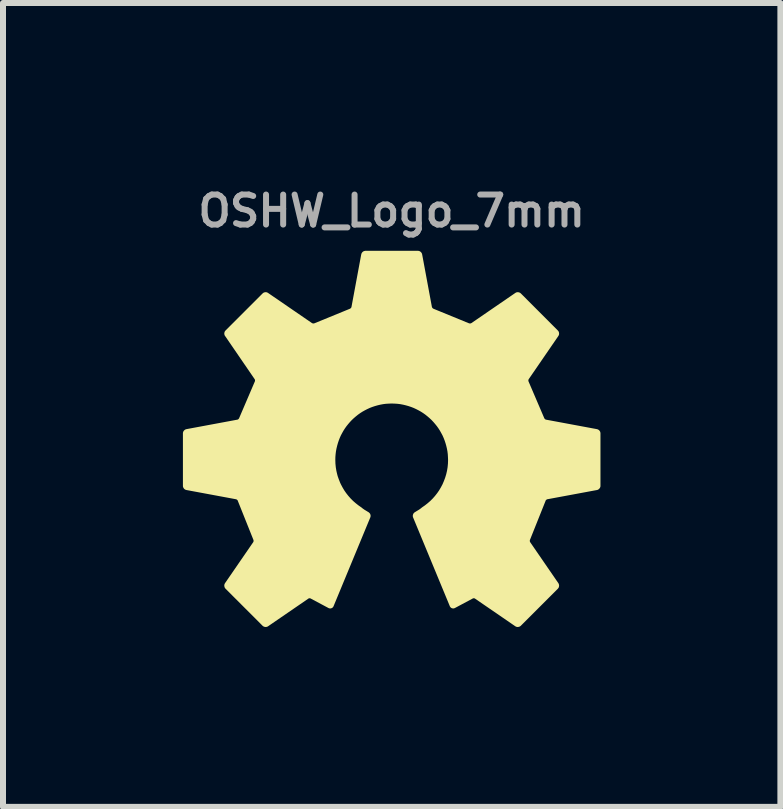
<source format=kicad_pcb>
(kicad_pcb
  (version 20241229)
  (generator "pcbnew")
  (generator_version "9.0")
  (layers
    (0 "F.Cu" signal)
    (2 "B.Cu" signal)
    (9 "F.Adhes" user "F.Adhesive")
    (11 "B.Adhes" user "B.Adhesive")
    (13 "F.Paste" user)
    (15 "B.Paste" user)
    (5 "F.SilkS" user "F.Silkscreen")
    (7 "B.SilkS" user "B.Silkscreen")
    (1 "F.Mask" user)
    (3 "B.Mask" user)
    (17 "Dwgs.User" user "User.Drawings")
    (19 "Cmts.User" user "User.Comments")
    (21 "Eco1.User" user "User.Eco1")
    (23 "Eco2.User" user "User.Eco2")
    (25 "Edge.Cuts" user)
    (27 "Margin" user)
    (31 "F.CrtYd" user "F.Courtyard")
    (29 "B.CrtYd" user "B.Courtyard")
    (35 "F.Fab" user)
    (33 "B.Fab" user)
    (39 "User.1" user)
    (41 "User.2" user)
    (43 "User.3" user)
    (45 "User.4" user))
  (footprint "OSHW_Logo_7mm"
    (layer "F.Cu")
    (at 3.481 4.568)
    (property "Reference" "OSHW_Logo_7mm" (at 0 -4.1 0) (layer "F.Fab") (effects (font (size 0.5 0.5) (thickness 0.1))))
    (fp_poly (pts (xy 0.439 -3.41) (xy 0.441 -3.41) (xy 0.443 -3.41) (xy 0.445 -3.409) (xy 0.446 -3.409) (xy 0.448 -3.408) (xy 0.45 -3.408) (xy 0.452 -3.407) (xy 0.454 -3.406) (xy 0.456 -3.406) (xy 0.458 -3.405) (xy 0.459 -3.404) (xy 0.461 -3.403) (xy 0.463 -3.402) (xy 0.464 -3.4) (xy 0.466 -3.399) (xy 0.467 -3.398) (xy 0.469 -3.396) (xy 0.47 -3.395) (xy 0.472 -3.394) (xy 0.473 -3.392) (xy 0.474 -3.39) (xy 0.475 -3.389) (xy 0.476 -3.387) (xy 0.477 -3.385) (xy 0.478 -3.384) (xy 0.479 -3.382) (xy 0.48 -3.38) (xy 0.48 -3.378) (xy 0.481 -3.376) (xy 0.482 -3.374) (xy 0.482 -3.373) (xy 0.645 -2.495) (xy 0.646 -2.493) (xy 0.646 -2.491) (xy 0.648 -2.487) (xy 0.649 -2.483) (xy 0.651 -2.479) (xy 0.653 -2.476) (xy 0.656 -2.472) (xy 0.658 -2.468) (xy 0.661 -2.465) (xy 0.664 -2.462) (xy 0.667 -2.458) (xy 0.671 -2.456) (xy 0.674 -2.453) (xy 0.678 -2.451) (xy 0.681 -2.448) (xy 0.683 -2.448) (xy 0.685 -2.447) (xy 0.687 -2.446) (xy 0.689 -2.445) (xy 1.277 -2.204) (xy 1.281 -2.203) (xy 1.284 -2.202) (xy 1.289 -2.2) (xy 1.293 -2.2) (xy 1.297 -2.199) (xy 1.301 -2.199) (xy 1.306 -2.199) (xy 1.31 -2.199) (xy 1.315 -2.199) (xy 1.319 -2.2) (xy 1.324 -2.201) (xy 1.328 -2.202) (xy 1.332 -2.204) (xy 1.336 -2.205) (xy 1.339 -2.207) (xy 1.343 -2.209) (xy 2.076 -2.712) (xy 2.078 -2.713) (xy 2.079 -2.714) (xy 2.081 -2.715) (xy 2.083 -2.716) (xy 2.085 -2.717) (xy 2.087 -2.718) (xy 2.089 -2.718) (xy 2.09 -2.719) (xy 2.092 -2.719) (xy 2.094 -2.719) (xy 2.098 -2.72) (xy 2.102 -2.72) (xy 2.106 -2.72) (xy 2.11 -2.719) (xy 2.114 -2.718) (xy 2.118 -2.717) (xy 2.12 -2.717) (xy 2.122 -2.716) (xy 2.123 -2.715) (xy 2.125 -2.714) (xy 2.127 -2.713) (xy 2.129 -2.712) (xy 2.13 -2.711) (xy 2.132 -2.71) (xy 2.133 -2.708) (xy 2.135 -2.707) (xy 2.752 -2.089) (xy 2.753 -2.088) (xy 2.755 -2.087) (xy 2.756 -2.085) (xy 2.757 -2.083) (xy 2.758 -2.082) (xy 2.759 -2.08) (xy 2.761 -2.076) (xy 2.762 -2.073) (xy 2.764 -2.069) (xy 2.764 -2.065) (xy 2.765 -2.061) (xy 2.765 -2.057) (xy 2.765 -2.053) (xy 2.765 -2.049) (xy 2.764 -2.045) (xy 2.763 -2.041) (xy 2.762 -2.04) (xy 2.761 -2.038) (xy 2.76 -2.036) (xy 2.76 -2.034) (xy 2.759 -2.032) (xy 2.758 -2.031) (xy 2.263 -1.31) (xy 2.261 -1.307) (xy 2.259 -1.303) (xy 2.258 -1.299) (xy 2.256 -1.295) (xy 2.255 -1.291) (xy 2.254 -1.287) (xy 2.253 -1.282) (xy 2.253 -1.278) (xy 2.253 -1.274) (xy 2.253 -1.269) (xy 2.253 -1.265) (xy 2.254 -1.26) (xy 2.255 -1.256) (xy 2.256 -1.252) (xy 2.257 -1.248) (xy 2.259 -1.245) (xy 2.519 -0.638) (xy 2.521 -0.634) (xy 2.522 -0.63) (xy 2.525 -0.627) (xy 2.527 -0.623) (xy 2.53 -0.62) (xy 2.533 -0.616) (xy 2.536 -0.613) (xy 2.539 -0.61) (xy 2.543 -0.607) (xy 2.546 -0.605) (xy 2.55 -0.602) (xy 2.554 -0.6) (xy 2.558 -0.598) (xy 2.562 -0.597) (xy 2.565 -0.596) (xy 2.569 -0.595) (xy 3.418 -0.437) (xy 3.418 -0.437) (xy 3.42 -0.436) (xy 3.422 -0.436) (xy 3.424 -0.435) (xy 3.425 -0.435) (xy 3.427 -0.434) (xy 3.429 -0.433) (xy 3.431 -0.432) (xy 3.432 -0.431) (xy 3.436 -0.429) (xy 3.439 -0.426) (xy 3.442 -0.424) (xy 3.444 -0.421) (xy 3.447 -0.417) (xy 3.449 -0.414) (xy 3.451 -0.411) (xy 3.452 -0.409) (xy 3.452 -0.407) (xy 3.453 -0.405) (xy 3.454 -0.403) (xy 3.454 -0.401) (xy 3.455 -0.399) (xy 3.455 -0.397) (xy 3.455 -0.395) (xy 3.455 -0.393) (xy 3.455 -0.392) (xy 3.455 0.482) (xy 3.455 0.484) (xy 3.455 0.486) (xy 3.455 0.488) (xy 3.455 0.49) (xy 3.454 0.492) (xy 3.454 0.493) (xy 3.453 0.495) (xy 3.452 0.497) (xy 3.452 0.499) (xy 3.451 0.501) (xy 3.45 0.503) (xy 3.449 0.504) (xy 3.448 0.506) (xy 3.447 0.508) (xy 3.445 0.509) (xy 3.444 0.511) (xy 3.443 0.512) (xy 3.442 0.514) (xy 3.44 0.515) (xy 3.439 0.517) (xy 3.437 0.518) (xy 3.436 0.519) (xy 3.434 0.52) (xy 3.432 0.521) (xy 3.431 0.522) (xy 3.429 0.523) (xy 3.427 0.524) (xy 3.425 0.525) (xy 3.423 0.526) (xy 3.421 0.526) (xy 3.42 0.527) (xy 3.418 0.527) (xy 2.59 0.681) (xy 2.588 0.682) (xy 2.586 0.682) (xy 2.584 0.683) (xy 2.582 0.683) (xy 2.578 0.685) (xy 2.574 0.687) (xy 2.571 0.689) (xy 2.567 0.691) (xy 2.563 0.694) (xy 2.56 0.697) (xy 2.557 0.7) (xy 2.554 0.703) (xy 2.551 0.706) (xy 2.548 0.71) (xy 2.546 0.713) (xy 2.544 0.717) (xy 2.542 0.721) (xy 2.542 0.723) (xy 2.541 0.725) (xy 2.283 1.37) (xy 2.281 1.374) (xy 2.28 1.378) (xy 2.279 1.382) (xy 2.278 1.386) (xy 2.277 1.39) (xy 2.277 1.395) (xy 2.277 1.399) (xy 2.277 1.404) (xy 2.277 1.408) (xy 2.278 1.413) (xy 2.279 1.417) (xy 2.28 1.421) (xy 2.282 1.425) (xy 2.283 1.429) (xy 2.285 1.433) (xy 2.287 1.436) (xy 2.758 2.121) (xy 2.759 2.123) (xy 2.76 2.124) (xy 2.761 2.126) (xy 2.761 2.128) (xy 2.762 2.13) (xy 2.763 2.132) (xy 2.763 2.134) (xy 2.764 2.135) (xy 2.764 2.137) (xy 2.765 2.139) (xy 2.765 2.143) (xy 2.765 2.147) (xy 2.765 2.151) (xy 2.764 2.155) (xy 2.764 2.159) (xy 2.762 2.163) (xy 2.762 2.165) (xy 2.761 2.167) (xy 2.76 2.169) (xy 2.759 2.17) (xy 2.758 2.172) (xy 2.757 2.174) (xy 2.756 2.175) (xy 2.755 2.177) (xy 2.753 2.178) (xy 2.752 2.18) (xy 2.135 2.797) (xy 2.133 2.799) (xy 2.132 2.8) (xy 2.13 2.801) (xy 2.128 2.802) (xy 2.127 2.803) (xy 2.125 2.804) (xy 2.122 2.806) (xy 2.118 2.807) (xy 2.114 2.809) (xy 2.11 2.809) (xy 2.106 2.81) (xy 2.102 2.81) (xy 2.098 2.81) (xy 2.094 2.81) (xy 2.09 2.809) (xy 2.087 2.808) (xy 2.085 2.807) (xy 2.083 2.806) (xy 2.081 2.806) (xy 2.079 2.805) (xy 2.078 2.804) (xy 2.076 2.803) (xy 1.403 2.341) (xy 1.4 2.339) (xy 1.396 2.337) (xy 1.392 2.335) (xy 1.388 2.334) (xy 1.384 2.333) (xy 1.38 2.332) (xy 1.375 2.332) (xy 1.371 2.331) (xy 1.367 2.331) (xy 1.362 2.331) (xy 1.358 2.332) (xy 1.354 2.333) (xy 1.35 2.334) (xy 1.346 2.335) (xy 1.342 2.337) (xy 1.338 2.339) (xy 1.042 2.497) (xy 1.04 2.498) (xy 1.038 2.499) (xy 1.036 2.499) (xy 1.034 2.5) (xy 1.033 2.5) (xy 1.031 2.501) (xy 1.029 2.501) (xy 1.027 2.501) (xy 1.025 2.501) (xy 1.024 2.501) (xy 1.022 2.501) (xy 1.02 2.501) (xy 1.018 2.5) (xy 1.017 2.5) (xy 1.015 2.499) (xy 1.013 2.499) (xy 1.012 2.498) (xy 1.01 2.498) (xy 1.008 2.497) (xy 1.007 2.496) (xy 1.005 2.495) (xy 1.004 2.494) (xy 1.003 2.493) (xy 1.001 2.491) (xy 1 2.49) (xy 0.999 2.489) (xy 0.998 2.487) (xy 0.996 2.486) (xy 0.995 2.484) (xy 0.995 2.483) (xy 0.994 2.481) (xy 0.993 2.479) (xy 0.381 1) (xy 0.38 0.999) (xy 0.38 0.997) (xy 0.379 0.995) (xy 0.379 0.993) (xy 0.378 0.991) (xy 0.378 0.989) (xy 0.378 0.987) (xy 0.378 0.985) (xy 0.378 0.983) (xy 0.378 0.981) (xy 0.378 0.979) (xy 0.378 0.977) (xy 0.379 0.975) (xy 0.379 0.973) (xy 0.38 0.971) (xy 0.38 0.97) (xy 0.381 0.968) (xy 0.382 0.966) (xy 0.382 0.964) (xy 0.383 0.962) (xy 0.384 0.961) (xy 0.385 0.959) (xy 0.386 0.957) (xy 0.387 0.956) (xy 0.389 0.954) (xy 0.39 0.953) (xy 0.391 0.951) (xy 0.393 0.95) (xy 0.394 0.949) (xy 0.396 0.947) (xy 0.397 0.946) (xy 0.399 0.945) (xy 0.473 0.9) (xy 0.479 0.896) (xy 0.484 0.892) (xy 0.49 0.888) (xy 0.496 0.883) (xy 0.502 0.879) (xy 0.509 0.874) (xy 0.514 0.869) (xy 0.52 0.864) (xy 0.569 0.83) (xy 0.616 0.793) (xy 0.661 0.754) (xy 0.703 0.712) (xy 0.742 0.668) (xy 0.779 0.621) (xy 0.813 0.572) (xy 0.843 0.521) (xy 0.871 0.468) (xy 0.895 0.412) (xy 0.916 0.356) (xy 0.934 0.297) (xy 0.948 0.237) (xy 0.958 0.176) (xy 0.964 0.114) (xy 0.966 0.05) (xy 0.964 0.000402) (xy 0.961 -0.049) (xy 0.955 -0.097) (xy 0.946 -0.145) (xy 0.935 -0.191) (xy 0.922 -0.237) (xy 0.907 -0.282) (xy 0.89 -0.326) (xy 0.871 -0.369) (xy 0.849 -0.41) (xy 0.826 -0.451) (xy 0.801 -0.49) (xy 0.774 -0.528) (xy 0.745 -0.564) (xy 0.715 -0.599) (xy 0.683 -0.633) (xy 0.649 -0.665) (xy 0.614 -0.695) (xy 0.578 -0.724) (xy 0.54 -0.751) (xy 0.501 -0.776) (xy 0.46 -0.799) (xy 0.419 -0.82) (xy 0.376 -0.84) (xy 0.332 -0.857) (xy 0.287 -0.872) (xy 0.241 -0.885) (xy 0.195 -0.896) (xy 0.147 -0.905) (xy 0.099 -0.911) (xy 0.05 -0.914) (xy 0.000001 -0.916) (xy -0.05 -0.914) (xy -0.099 -0.911) (xy -0.147 -0.905) (xy -0.195 -0.896) (xy -0.241 -0.885) (xy -0.287 -0.872) (xy -0.332 -0.857) (xy -0.376 -0.84) (xy -0.419 -0.82) (xy -0.46 -0.799) (xy -0.501 -0.776) (xy -0.54 -0.751) (xy -0.578 -0.724) (xy -0.614 -0.695) (xy -0.649 -0.665) (xy -0.683 -0.633) (xy -0.715 -0.599) (xy -0.745 -0.564) (xy -0.774 -0.528) (xy -0.801 -0.49) (xy -0.826 -0.451) (xy -0.849 -0.41) (xy -0.871 -0.369) (xy -0.89 -0.326) (xy -0.907 -0.282) (xy -0.922 -0.237) (xy -0.935 -0.191) (xy -0.946 -0.145) (xy -0.955 -0.097) (xy -0.961 -0.049) (xy -0.965 0.000402) (xy -0.966 0.05) (xy -0.965 0.082) (xy -0.964 0.114) (xy -0.961 0.145) (xy -0.958 0.176) (xy -0.953 0.207) (xy -0.948 0.237) (xy -0.941 0.268) (xy -0.934 0.297) (xy -0.926 0.327) (xy -0.916 0.356) (xy -0.906 0.384) (xy -0.895 0.412) (xy -0.884 0.44) (xy -0.871 0.468) (xy -0.843 0.521) (xy -0.813 0.572) (xy -0.779 0.621) (xy -0.742 0.668) (xy -0.703 0.712) (xy -0.661 0.754) (xy -0.616 0.793) (xy -0.569 0.83) (xy -0.52 0.864) (xy -0.514 0.869) (xy -0.509 0.874) (xy -0.502 0.879) (xy -0.496 0.883) (xy -0.49 0.888) (xy -0.484 0.892) (xy -0.478 0.896) (xy -0.473 0.9) (xy -0.399 0.945) (xy -0.397 0.946) (xy -0.396 0.947) (xy -0.394 0.949) (xy -0.393 0.95) (xy -0.391 0.951) (xy -0.39 0.953) (xy -0.387 0.956) (xy -0.385 0.959) (xy -0.383 0.962) (xy -0.381 0.966) (xy -0.38 0.97) (xy -0.379 0.973) (xy -0.378 0.977) (xy -0.378 0.981) (xy -0.378 0.985) (xy -0.378 0.989) (xy -0.378 0.991) (xy -0.379 0.993) (xy -0.379 0.995) (xy -0.38 0.997) (xy -0.38 0.999) (xy -0.381 1) (xy -0.993 2.479) (xy -0.994 2.481) (xy -0.995 2.483) (xy -0.995 2.484) (xy -0.996 2.486) (xy -0.998 2.487) (xy -0.999 2.489) (xy -1 2.49) (xy -1.001 2.491) (xy -1.003 2.493) (xy -1.004 2.494) (xy -1.005 2.495) (xy -1.007 2.496) (xy -1.008 2.497) (xy -1.01 2.497) (xy -1.012 2.498) (xy -1.013 2.499) (xy -1.015 2.499) (xy -1.017 2.5) (xy -1.018 2.5) (xy -1.02 2.501) (xy -1.022 2.501) (xy -1.024 2.501) (xy -1.025 2.501) (xy -1.027 2.501) (xy -1.029 2.501) (xy -1.031 2.501) (xy -1.033 2.5) (xy -1.034 2.5) (xy -1.036 2.499) (xy -1.038 2.499) (xy -1.04 2.498) (xy -1.042 2.497) (xy -1.338 2.339) (xy -1.342 2.337) (xy -1.346 2.335) (xy -1.35 2.334) (xy -1.354 2.333) (xy -1.358 2.332) (xy -1.362 2.331) (xy -1.367 2.331) (xy -1.371 2.331) (xy -1.375 2.331) (xy -1.38 2.332) (xy -1.384 2.333) (xy -1.388 2.334) (xy -1.392 2.335) (xy -1.396 2.337) (xy -1.4 2.339) (xy -1.403 2.341) (xy -2.076 2.803) (xy -2.078 2.804) (xy -2.079 2.805) (xy -2.081 2.806) (xy -2.083 2.806) (xy -2.085 2.807) (xy -2.086 2.808) (xy -2.088 2.808) (xy -2.09 2.809) (xy -2.092 2.809) (xy -2.094 2.81) (xy -2.098 2.81) (xy -2.102 2.81) (xy -2.106 2.81) (xy -2.11 2.809) (xy -2.114 2.809) (xy -2.118 2.807) (xy -2.12 2.807) (xy -2.122 2.806) (xy -2.123 2.805) (xy -2.125 2.804) (xy -2.127 2.803) (xy -2.128 2.802) (xy -2.13 2.801) (xy -2.132 2.8) (xy -2.133 2.799) (xy -2.135 2.797) (xy -2.752 2.18) (xy -2.753 2.178) (xy -2.755 2.177) (xy -2.756 2.175) (xy -2.757 2.174) (xy -2.758 2.172) (xy -2.759 2.17) (xy -2.761 2.167) (xy -2.762 2.163) (xy -2.763 2.159) (xy -2.764 2.155) (xy -2.765 2.151) (xy -2.765 2.147) (xy -2.765 2.143) (xy -2.765 2.139) (xy -2.764 2.135) (xy -2.763 2.132) (xy -2.762 2.13) (xy -2.761 2.128) (xy -2.761 2.126) (xy -2.76 2.124) (xy -2.759 2.123) (xy -2.758 2.121) (xy -2.287 1.436) (xy -2.285 1.433) (xy -2.283 1.429) (xy -2.282 1.425) (xy -2.28 1.421) (xy -2.279 1.417) (xy -2.278 1.412) (xy -2.277 1.408) (xy -2.277 1.404) (xy -2.277 1.399) (xy -2.277 1.395) (xy -2.277 1.39) (xy -2.278 1.386) (xy -2.279 1.382) (xy -2.28 1.378) (xy -2.281 1.374) (xy -2.283 1.37) (xy -2.541 0.725) (xy -2.542 0.723) (xy -2.542 0.721) (xy -2.544 0.717) (xy -2.546 0.713) (xy -2.548 0.71) (xy -2.551 0.706) (xy -2.554 0.703) (xy -2.557 0.7) (xy -2.56 0.697) (xy -2.563 0.694) (xy -2.567 0.691) (xy -2.571 0.689) (xy -2.575 0.687) (xy -2.578 0.685) (xy -2.582 0.683) (xy -2.586 0.682) (xy -2.588 0.681) (xy -2.59 0.681) (xy -3.418 0.527) (xy -3.42 0.527) (xy -3.422 0.526) (xy -3.423 0.526) (xy -3.425 0.525) (xy -3.427 0.524) (xy -3.429 0.523) (xy -3.431 0.522) (xy -3.432 0.521) (xy -3.434 0.52) (xy -3.436 0.519) (xy -3.439 0.517) (xy -3.442 0.514) (xy -3.444 0.511) (xy -3.447 0.508) (xy -3.449 0.504) (xy -3.451 0.501) (xy -3.452 0.497) (xy -3.453 0.495) (xy -3.454 0.493) (xy -3.454 0.491) (xy -3.455 0.49) (xy -3.455 0.488) (xy -3.455 0.486) (xy -3.455 0.484) (xy -3.455 0.482) (xy -3.455 -0.392) (xy -3.455 -0.394) (xy -3.455 -0.396) (xy -3.455 -0.397) (xy -3.455 -0.399) (xy -3.454 -0.401) (xy -3.454 -0.403) (xy -3.453 -0.405) (xy -3.452 -0.407) (xy -3.452 -0.409) (xy -3.451 -0.411) (xy -3.45 -0.412) (xy -3.449 -0.414) (xy -3.448 -0.416) (xy -3.447 -0.417) (xy -3.446 -0.419) (xy -3.444 -0.421) (xy -3.443 -0.422) (xy -3.442 -0.424) (xy -3.44 -0.425) (xy -3.439 -0.426) (xy -3.437 -0.428) (xy -3.436 -0.429) (xy -3.434 -0.43) (xy -3.432 -0.431) (xy -3.431 -0.432) (xy -3.429 -0.433) (xy -3.427 -0.434) (xy -3.425 -0.435) (xy -3.423 -0.435) (xy -3.422 -0.436) (xy -3.42 -0.436) (xy -3.418 -0.437) (xy -2.569 -0.595) (xy -2.567 -0.595) (xy -2.565 -0.596) (xy -2.561 -0.597) (xy -2.558 -0.598) (xy -2.554 -0.6) (xy -2.55 -0.602) (xy -2.546 -0.605) (xy -2.542 -0.607) (xy -2.539 -0.61) (xy -2.536 -0.613) (xy -2.533 -0.616) (xy -2.53 -0.62) (xy -2.527 -0.623) (xy -2.524 -0.627) (xy -2.522 -0.63) (xy -2.521 -0.634) (xy -2.52 -0.636) (xy -2.519 -0.638) (xy -2.259 -1.245) (xy -2.257 -1.248) (xy -2.256 -1.252) (xy -2.255 -1.256) (xy -2.254 -1.26) (xy -2.253 -1.265) (xy -2.253 -1.269) (xy -2.253 -1.274) (xy -2.253 -1.278) (xy -2.253 -1.282) (xy -2.254 -1.287) (xy -2.255 -1.291) (xy -2.256 -1.295) (xy -2.257 -1.299) (xy -2.259 -1.303) (xy -2.261 -1.307) (xy -2.263 -1.31) (xy -2.757 -2.031) (xy -2.759 -2.032) (xy -2.76 -2.034) (xy -2.76 -2.036) (xy -2.761 -2.038) (xy -2.762 -2.04) (xy -2.763 -2.041) (xy -2.763 -2.043) (xy -2.764 -2.045) (xy -2.764 -2.047) (xy -2.764 -2.049) (xy -2.765 -2.053) (xy -2.765 -2.057) (xy -2.765 -2.061) (xy -2.764 -2.065) (xy -2.763 -2.069) (xy -2.762 -2.073) (xy -2.762 -2.075) (xy -2.761 -2.076) (xy -2.76 -2.078) (xy -2.759 -2.08) (xy -2.758 -2.082) (xy -2.757 -2.083) (xy -2.756 -2.085) (xy -2.755 -2.087) (xy -2.753 -2.088) (xy -2.752 -2.089) (xy -2.134 -2.707) (xy -2.133 -2.708) (xy -2.132 -2.71) (xy -2.13 -2.711) (xy -2.128 -2.712) (xy -2.127 -2.713) (xy -2.125 -2.714) (xy -2.121 -2.716) (xy -2.118 -2.717) (xy -2.114 -2.718) (xy -2.11 -2.719) (xy -2.106 -2.72) (xy -2.102 -2.72) (xy -2.098 -2.72) (xy -2.094 -2.719) (xy -2.09 -2.719) (xy -2.086 -2.718) (xy -2.085 -2.717) (xy -2.083 -2.716) (xy -2.081 -2.715) (xy -2.079 -2.714) (xy -2.078 -2.713) (xy -2.076 -2.712) (xy -1.343 -2.209) (xy -1.339 -2.207) (xy -1.336 -2.205) (xy -1.332 -2.204) (xy -1.328 -2.202) (xy -1.324 -2.201) (xy -1.319 -2.2) (xy -1.315 -2.199) (xy -1.31 -2.199) (xy -1.306 -2.199) (xy -1.301 -2.199) (xy -1.297 -2.199) (xy -1.293 -2.2) (xy -1.288 -2.2) (xy -1.284 -2.202) (xy -1.28 -2.203) (xy -1.277 -2.204) (xy -0.689 -2.445) (xy -0.685 -2.447) (xy -0.681 -2.448) (xy -0.677 -2.451) (xy -0.674 -2.453) (xy -0.67 -2.456) (xy -0.667 -2.458) (xy -0.664 -2.462) (xy -0.661 -2.465) (xy -0.658 -2.468) (xy -0.655 -2.472) (xy -0.653 -2.476) (xy -0.651 -2.479) (xy -0.649 -2.483) (xy -0.647 -2.487) (xy -0.646 -2.491) (xy -0.645 -2.495) (xy -0.482 -3.373) (xy -0.481 -3.374) (xy -0.481 -3.376) (xy -0.48 -3.378) (xy -0.48 -3.38) (xy -0.479 -3.382) (xy -0.478 -3.384) (xy -0.477 -3.385) (xy -0.476 -3.387) (xy -0.475 -3.389) (xy -0.474 -3.39) (xy -0.471 -3.394) (xy -0.469 -3.396) (xy -0.466 -3.399) (xy -0.463 -3.402) (xy -0.459 -3.404) (xy -0.456 -3.406) (xy -0.454 -3.406) (xy -0.452 -3.407) (xy -0.45 -3.408) (xy -0.448 -3.408) (xy -0.446 -3.409) (xy -0.444 -3.409) (xy -0.442 -3.41) (xy -0.441 -3.41) (xy -0.439 -3.41) (xy -0.437 -3.41) (xy 0.437 -3.41)) (stroke (width 0.052) (type solid)) (fill yes) (layer "F.SilkS")))
  (gr_rect
    (start -3 -3)
    (end 9.962 10.404)
    (stroke (width 0.1) (type default))
    (fill no)
    (layer "Edge.Cuts")))
</source>
